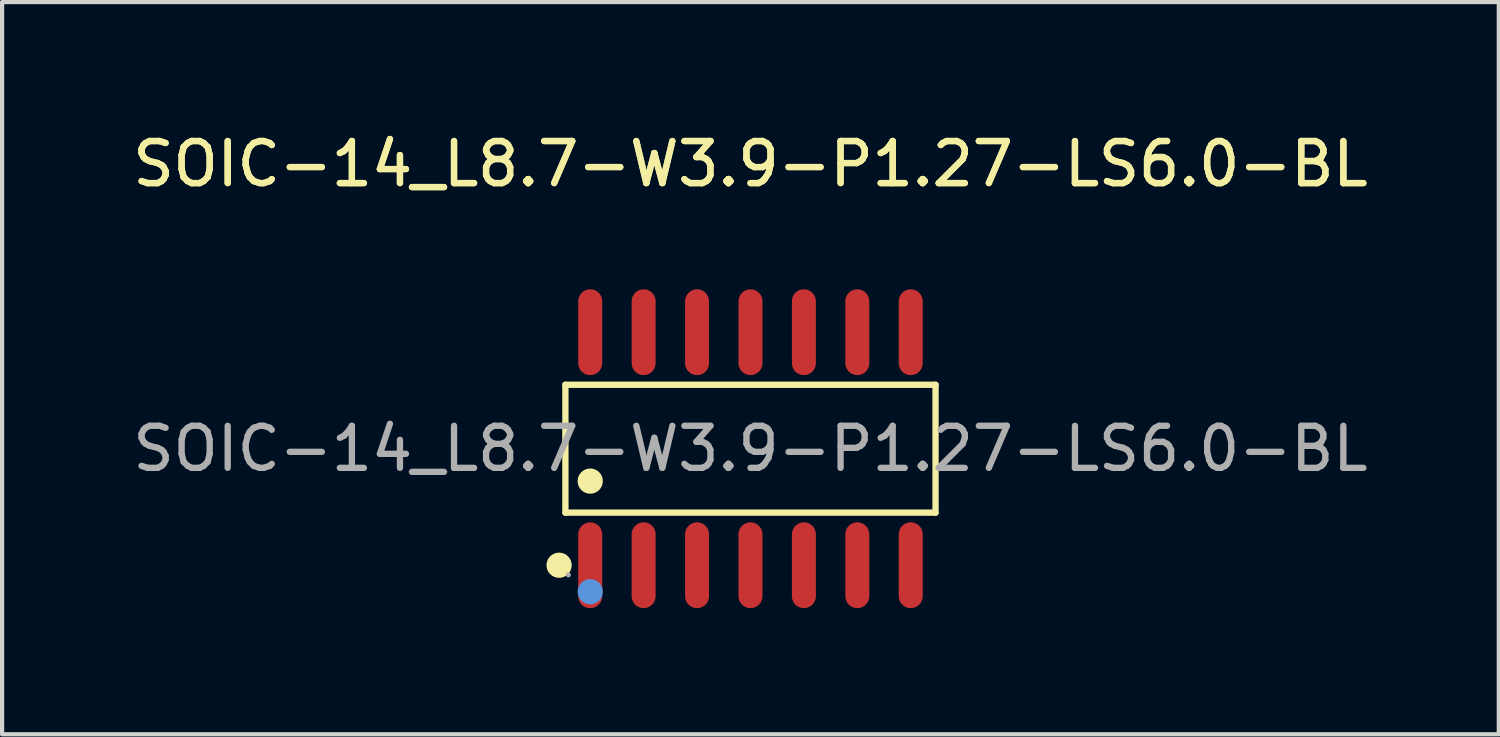
<source format=kicad_pcb>
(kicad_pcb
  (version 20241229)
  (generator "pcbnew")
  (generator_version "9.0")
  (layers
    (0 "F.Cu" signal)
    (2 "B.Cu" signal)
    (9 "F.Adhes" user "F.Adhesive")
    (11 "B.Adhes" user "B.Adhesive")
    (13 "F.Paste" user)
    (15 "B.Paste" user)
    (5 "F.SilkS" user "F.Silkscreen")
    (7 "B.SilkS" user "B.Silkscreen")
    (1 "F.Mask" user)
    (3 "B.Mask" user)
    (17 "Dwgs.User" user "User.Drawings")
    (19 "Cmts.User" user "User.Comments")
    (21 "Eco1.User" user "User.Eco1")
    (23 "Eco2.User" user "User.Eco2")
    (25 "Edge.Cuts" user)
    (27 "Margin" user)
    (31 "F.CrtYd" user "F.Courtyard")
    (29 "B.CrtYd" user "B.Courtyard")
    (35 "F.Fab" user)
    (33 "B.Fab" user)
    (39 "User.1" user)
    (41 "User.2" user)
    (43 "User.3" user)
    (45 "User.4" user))
  (footprint "SOIC-14_L8.7-W3.9-P1.27-LS6.0-BL"
    (layer "F.Cu")
    (at 14.792 7.618)
    (property "Reference" "SOIC-14_L8.7-W3.9-P1.27-LS6.0-BL" (at 0 -6.77 0) (layer "F.SilkS") (effects (font (size 1 1) (thickness 0.15))))
    (attr smd)
    (fp_line (start -4.4 -1.52) (end 4.4 -1.52) (stroke (width 0.15) (type solid)) (layer "F.SilkS"))
    (fp_line (start -4.4 1.52) (end -4.4 -1.52) (stroke (width 0.15) (type solid)) (layer "F.SilkS"))
    (fp_line (start 4.4 -1.52) (end 4.4 1.52) (stroke (width 0.15) (type solid)) (layer "F.SilkS"))
    (fp_line (start 4.4 1.52) (end -4.4 1.52) (stroke (width 0.15) (type solid)) (layer "F.SilkS"))
    (fp_circle (center -4.55 2.77) (end -4.4 2.77) (stroke (width 0.3) (type solid)) (fill no) (layer "F.SilkS"))
    (fp_circle (center -3.81 0.77) (end -3.66 0.77) (stroke (width 0.3) (type solid)) (fill no) (layer "F.SilkS"))
    (fp_circle (center -3.81 3.4) (end -3.66 3.4) (stroke (width 0.3) (type solid)) (fill no) (layer "Cmts.User"))
    (fp_circle (center -4.33 3) (end -4.3 3) (stroke (width 0.06) (type solid)) (fill no) (layer "F.Fab"))
    (fp_text user "${REFERENCE}" (at 0 -6.77 0) (layer "F.SilkS") (effects (font (size 1 1) (thickness 0.15))))
    (fp_text user "${REFERENCE}" (at 0 0 0) (layer "F.Fab") (effects (font (size 1 1) (thickness 0.15))))
    (pad "1" smd oval (at -3.81 2.77) (size 0.57 2.04) (layers "F.Cu" "F.Mask" "F.Paste"))
    (pad "2" smd oval (at -2.54 2.77) (size 0.57 2.04) (layers "F.Cu" "F.Mask" "F.Paste"))
    (pad "3" smd oval (at -1.27 2.77) (size 0.57 2.04) (layers "F.Cu" "F.Mask" "F.Paste"))
    (pad "4" smd oval (at 0 2.77) (size 0.57 2.04) (layers "F.Cu" "F.Mask" "F.Paste"))
    (pad "5" smd oval (at 1.27 2.77) (size 0.57 2.04) (layers "F.Cu" "F.Mask" "F.Paste"))
    (pad "6" smd oval (at 2.54 2.77) (size 0.57 2.04) (layers "F.Cu" "F.Mask" "F.Paste"))
    (pad "7" smd oval (at 3.81 2.77) (size 0.57 2.04) (layers "F.Cu" "F.Mask" "F.Paste"))
    (pad "8" smd oval (at 3.81 -2.77) (size 0.57 2.04) (layers "F.Cu" "F.Mask" "F.Paste"))
    (pad "9" smd oval (at 2.54 -2.77) (size 0.57 2.04) (layers "F.Cu" "F.Mask" "F.Paste"))
    (pad "10" smd oval (at 1.27 -2.77) (size 0.57 2.04) (layers "F.Cu" "F.Mask" "F.Paste"))
    (pad "11" smd oval (at 0 -2.77) (size 0.57 2.04) (layers "F.Cu" "F.Mask" "F.Paste"))
    (pad "12" smd oval (at -1.27 -2.77) (size 0.57 2.04) (layers "F.Cu" "F.Mask" "F.Paste"))
    (pad "13" smd oval (at -2.54 -2.77) (size 0.57 2.04) (layers "F.Cu" "F.Mask" "F.Paste"))
    (pad "14" smd oval (at -3.81 -2.77) (size 0.57 2.04) (layers "F.Cu" "F.Mask" "F.Paste")))
  (gr_rect
    (start -3 -3)
    (end 32.583 14.408)
    (stroke (width 0.1) (type default))
    (fill no)
    (layer "Edge.Cuts")))
</source>
